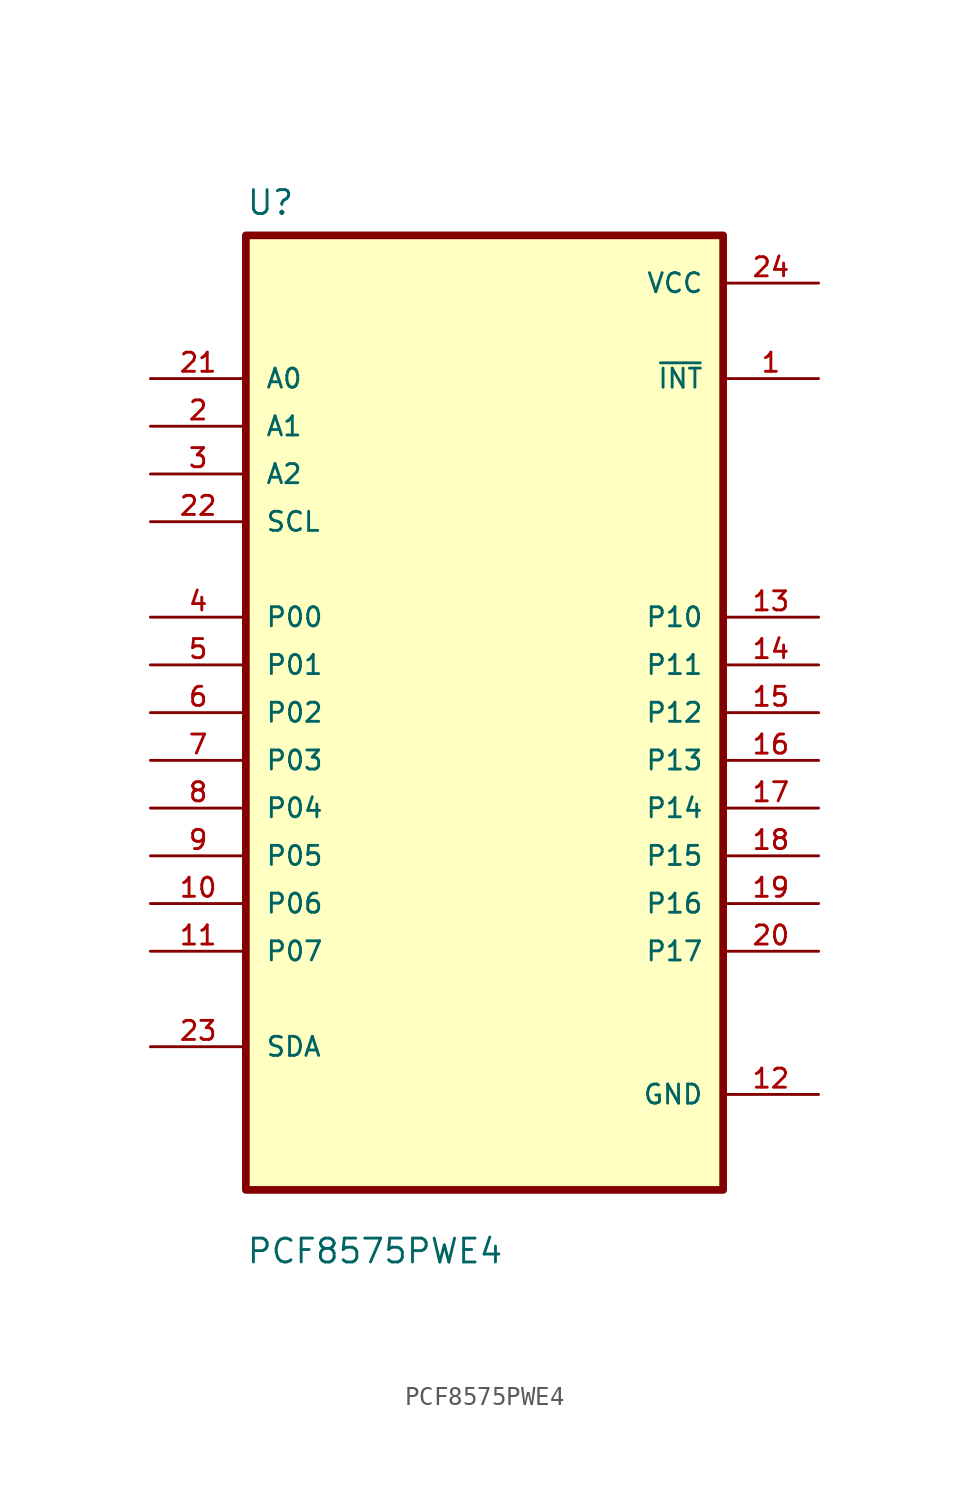
<source format=kicad_sym>
(kicad_symbol_lib
  (version 20211014)
  (generator kicad_symbol_editor)
  (symbol "PCF8575PWE4"
    (pin_names
      (offset 1.016))
    (property "Reference" "U"
      (at -12.7 26.4 0.0)
      (effects (font (size 1.27 1.27)) (justify bottom left)))
    (property "Value" "PCF8575PWE4"
      (at -12.7 -29.4 0.0)
      (effects (font (size 1.27 1.27)) (justify bottom left)))
    (symbol "PCF8575PWE4_0_0"
      (rectangle (start -12.7 -25.4) (end 12.7 25.4) (stroke (width 0.41)) (fill (type background)))
      (pin input line (at -17.78 17.78 0) (length 5.08) (name "A0" (effects (font (size 1.016 1.016)))) (number "21" (effects (font (size 1.016 1.016)))))
      (pin input line (at -17.78 15.24 0) (length 5.08) (name "A1" (effects (font (size 1.016 1.016)))) (number "2" (effects (font (size 1.016 1.016)))))
      (pin input line (at -17.78 12.7 0) (length 5.08) (name "A2" (effects (font (size 1.016 1.016)))) (number "3" (effects (font (size 1.016 1.016)))))
      (pin input line (at -17.78 10.16 0) (length 5.08) (name "SCL" (effects (font (size 1.016 1.016)))) (number "22" (effects (font (size 1.016 1.016)))))
      (pin bidirectional line (at -17.78 5.08 0) (length 5.08) (name "P00" (effects (font (size 1.016 1.016)))) (number "4" (effects (font (size 1.016 1.016)))))
      (pin bidirectional line (at -17.78 2.54 0) (length 5.08) (name "P01" (effects (font (size 1.016 1.016)))) (number "5" (effects (font (size 1.016 1.016)))))
      (pin bidirectional line (at -17.78 3.55271e-15 0) (length 5.08) (name "P02" (effects (font (size 1.016 1.016)))) (number "6" (effects (font (size 1.016 1.016)))))
      (pin bidirectional line (at -17.78 -2.54 0) (length 5.08) (name "P03" (effects (font (size 1.016 1.016)))) (number "7" (effects (font (size 1.016 1.016)))))
      (pin bidirectional line (at -17.78 -5.08 0) (length 5.08) (name "P04" (effects (font (size 1.016 1.016)))) (number "8" (effects (font (size 1.016 1.016)))))
      (pin bidirectional line (at -17.78 -7.62 0) (length 5.08) (name "P05" (effects (font (size 1.016 1.016)))) (number "9" (effects (font (size 1.016 1.016)))))
      (pin bidirectional line (at -17.78 -10.16 0) (length 5.08) (name "P06" (effects (font (size 1.016 1.016)))) (number "10" (effects (font (size 1.016 1.016)))))
      (pin bidirectional line (at -17.78 -12.7 0) (length 5.08) (name "P07" (effects (font (size 1.016 1.016)))) (number "11" (effects (font (size 1.016 1.016)))))
      (pin bidirectional line (at -17.78 -17.78 0) (length 5.08) (name "SDA" (effects (font (size 1.016 1.016)))) (number "23" (effects (font (size 1.016 1.016)))))
      (pin power_in line (at 17.78 22.86 180.0) (length 5.08) (name "VCC" (effects (font (size 1.016 1.016)))) (number "24" (effects (font (size 1.016 1.016)))))
      (pin output line (at 17.78 17.78 180.0) (length 5.08) (name "~{INT}" (effects (font (size 1.016 1.016)))) (number "1" (effects (font (size 1.016 1.016)))))
      (pin bidirectional line (at 17.78 5.08 180.0) (length 5.08) (name "P10" (effects (font (size 1.016 1.016)))) (number "13" (effects (font (size 1.016 1.016)))))
      (pin bidirectional line (at 17.78 2.54 180.0) (length 5.08) (name "P11" (effects (font (size 1.016 1.016)))) (number "14" (effects (font (size 1.016 1.016)))))
      (pin bidirectional line (at 17.78 1.77636e-15 180.0) (length 5.08) (name "P12" (effects (font (size 1.016 1.016)))) (number "15" (effects (font (size 1.016 1.016)))))
      (pin bidirectional line (at 17.78 -2.54 180.0) (length 5.08) (name "P13" (effects (font (size 1.016 1.016)))) (number "16" (effects (font (size 1.016 1.016)))))
      (pin bidirectional line (at 17.78 -5.08 180.0) (length 5.08) (name "P14" (effects (font (size 1.016 1.016)))) (number "17" (effects (font (size 1.016 1.016)))))
      (pin bidirectional line (at 17.78 -7.62 180.0) (length 5.08) (name "P15" (effects (font (size 1.016 1.016)))) (number "18" (effects (font (size 1.016 1.016)))))
      (pin bidirectional line (at 17.78 -10.16 180.0) (length 5.08) (name "P16" (effects (font (size 1.016 1.016)))) (number "19" (effects (font (size 1.016 1.016)))))
      (pin bidirectional line (at 17.78 -12.7 180.0) (length 5.08) (name "P17" (effects (font (size 1.016 1.016)))) (number "20" (effects (font (size 1.016 1.016)))))
      (pin power_in line (at 17.78 -20.32 180.0) (length 5.08) (name "GND" (effects (font (size 1.016 1.016)))) (number "12" (effects (font (size 1.016 1.016))))))))
</source>
